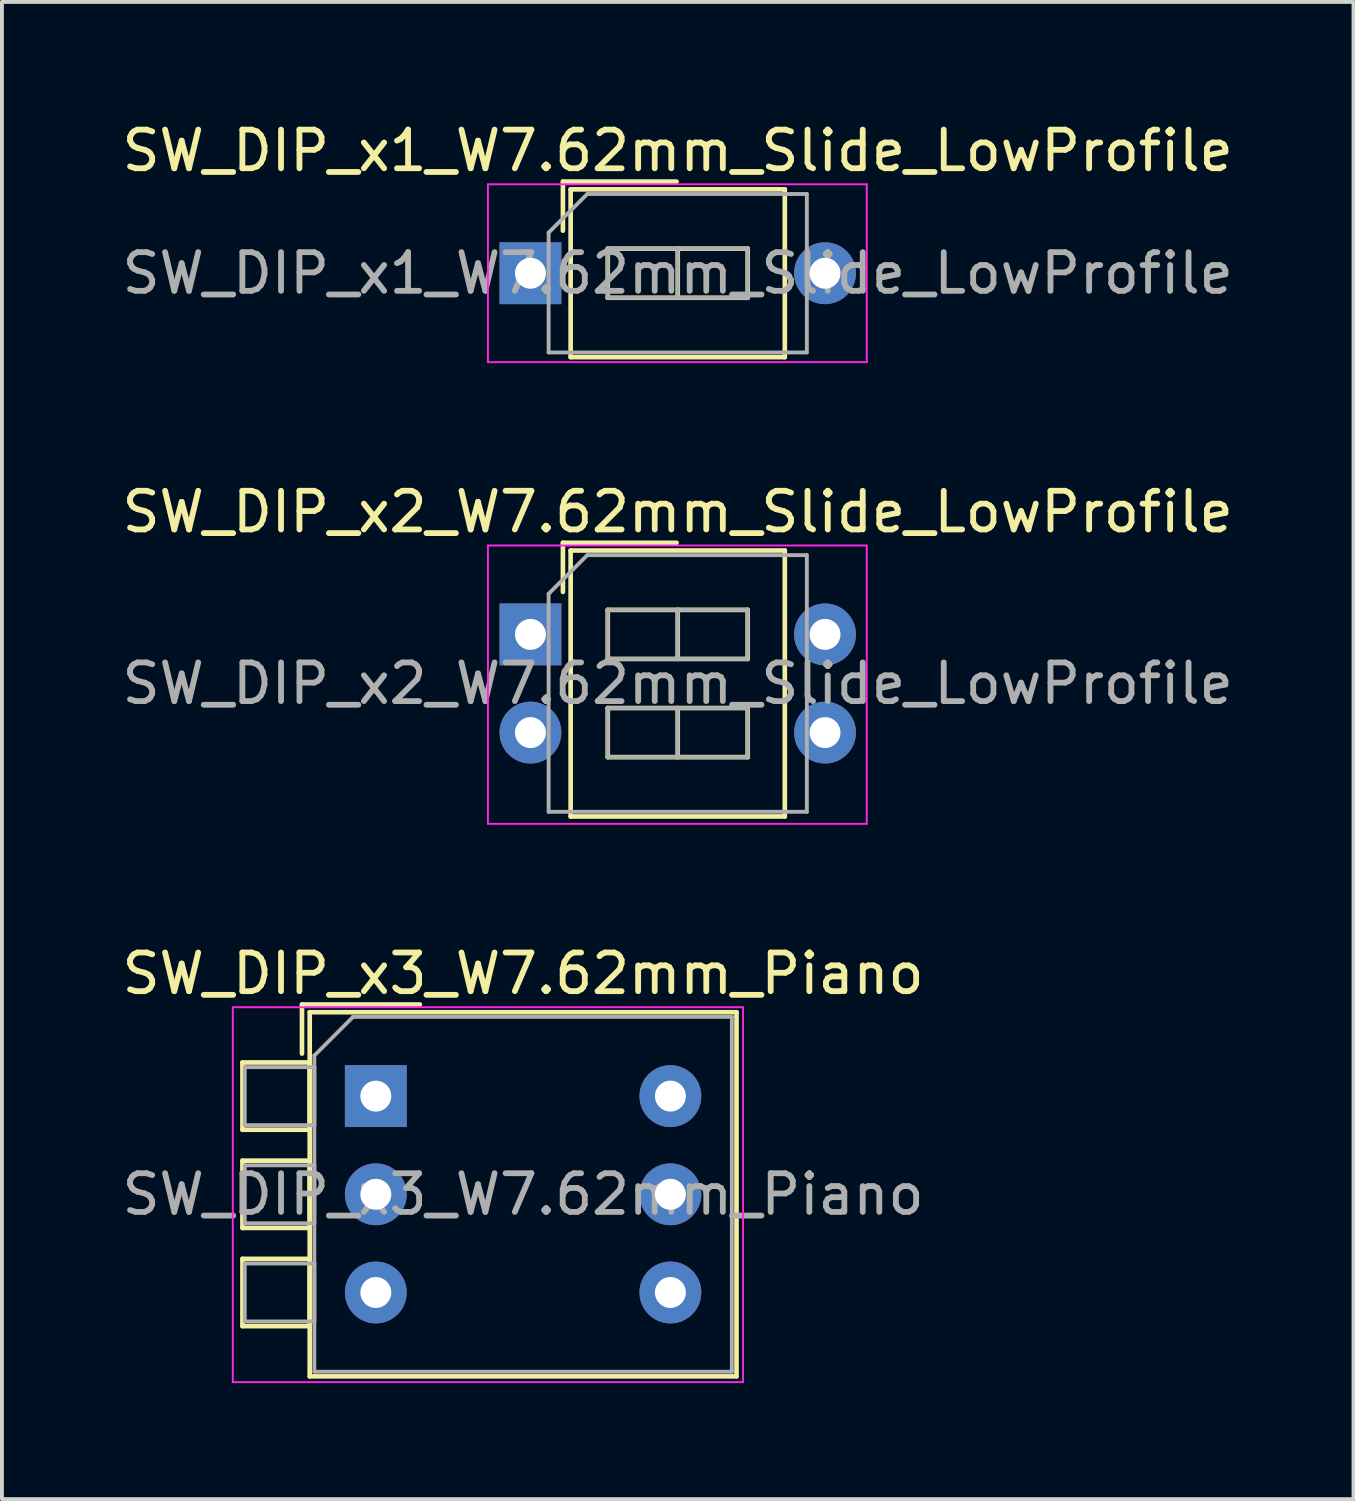
<source format=kicad_pcb>
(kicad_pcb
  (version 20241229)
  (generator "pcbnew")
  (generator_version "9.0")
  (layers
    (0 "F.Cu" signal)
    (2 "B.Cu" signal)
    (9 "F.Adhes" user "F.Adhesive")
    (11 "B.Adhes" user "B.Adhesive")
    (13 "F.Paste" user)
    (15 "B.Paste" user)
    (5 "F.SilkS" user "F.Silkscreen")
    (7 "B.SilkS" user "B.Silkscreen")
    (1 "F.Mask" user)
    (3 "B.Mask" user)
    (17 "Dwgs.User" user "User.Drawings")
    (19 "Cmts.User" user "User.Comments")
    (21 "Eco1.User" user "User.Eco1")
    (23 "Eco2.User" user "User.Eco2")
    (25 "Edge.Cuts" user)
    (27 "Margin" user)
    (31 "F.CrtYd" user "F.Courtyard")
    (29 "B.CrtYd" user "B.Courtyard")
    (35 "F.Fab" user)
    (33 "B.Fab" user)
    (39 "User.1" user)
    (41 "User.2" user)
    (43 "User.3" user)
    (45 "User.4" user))
  (footprint "SW_DIP_x1_W7.62mm_Slide_LowProfile"
    (layer "F.Cu")
    (at 10.672 4.018)
    (property "Reference" "SW_DIP_x1_W7.62mm_Slide_LowProfile" (at 3.81 -3.17 0) (layer "F.SilkS") (effects (font (size 1 1) (thickness 0.15))))
    (attr through_hole)
    (fp_line (start 0.84 -2.37) (end 0.84 -1.1) (stroke (width 0.12) (type solid)) (layer "F.SilkS"))
    (fp_line (start 0.84 -2.37) (end 3.78 -2.37) (stroke (width 0.12) (type solid)) (layer "F.SilkS"))
    (fp_line (start 1.04 -2.17) (end 6.58 -2.17) (stroke (width 0.12) (type solid)) (layer "F.SilkS"))
    (fp_line (start 1.04 2.17) (end 1.04 -2.17) (stroke (width 0.12) (type solid)) (layer "F.SilkS"))
    (fp_line (start 2 -0.635) (end 2 0.635) (stroke (width 0.12) (type solid)) (layer "F.SilkS"))
    (fp_line (start 2 0.635) (end 5.62 0.635) (stroke (width 0.12) (type solid)) (layer "F.SilkS"))
    (fp_line (start 3.81 -0.635) (end 3.81 0.635) (stroke (width 0.12) (type solid)) (layer "F.SilkS"))
    (fp_line (start 5.62 -0.635) (end 2 -0.635) (stroke (width 0.12) (type solid)) (layer "F.SilkS"))
    (fp_line (start 5.62 0.635) (end 5.62 -0.635) (stroke (width 0.12) (type solid)) (layer "F.SilkS"))
    (fp_line (start 6.58 -2.17) (end 6.58 2.17) (stroke (width 0.12) (type solid)) (layer "F.SilkS"))
    (fp_line (start 6.58 2.17) (end 1.04 2.17) (stroke (width 0.12) (type solid)) (layer "F.SilkS"))
    (fp_line (start -1.1 -2.3) (end -1.1 2.3) (stroke (width 0.05) (type solid)) (layer "F.CrtYd"))
    (fp_line (start -1.1 2.3) (end 8.7 2.3) (stroke (width 0.05) (type solid)) (layer "F.CrtYd"))
    (fp_line (start 8.7 -2.3) (end -1.1 -2.3) (stroke (width 0.05) (type solid)) (layer "F.CrtYd"))
    (fp_line (start 8.7 2.3) (end 8.7 -2.3) (stroke (width 0.05) (type solid)) (layer "F.CrtYd"))
    (fp_line (start 0.47 -1.05) (end 1.47 -2.05) (stroke (width 0.1) (type solid)) (layer "F.Fab"))
    (fp_line (start 0.47 2.05) (end 0.47 -1.05) (stroke (width 0.1) (type solid)) (layer "F.Fab"))
    (fp_line (start 1.47 -2.05) (end 7.15 -2.05) (stroke (width 0.1) (type solid)) (layer "F.Fab"))
    (fp_line (start 2 -0.635) (end 2 0.635) (stroke (width 0.1) (type solid)) (layer "F.Fab"))
    (fp_line (start 2 0.635) (end 5.62 0.635) (stroke (width 0.1) (type solid)) (layer "F.Fab"))
    (fp_line (start 3.81 -0.635) (end 3.81 0.635) (stroke (width 0.1) (type solid)) (layer "F.Fab"))
    (fp_line (start 5.62 -0.635) (end 2 -0.635) (stroke (width 0.1) (type solid)) (layer "F.Fab"))
    (fp_line (start 5.62 0.635) (end 5.62 -0.635) (stroke (width 0.1) (type solid)) (layer "F.Fab"))
    (fp_line (start 7.15 -2.05) (end 7.15 2.05) (stroke (width 0.1) (type solid)) (layer "F.Fab"))
    (fp_line (start 7.15 2.05) (end 0.47 2.05) (stroke (width 0.1) (type solid)) (layer "F.Fab"))
    (fp_text user "${REFERENCE}" (at 3.81 0 0) (layer "F.Fab") (effects (font (size 1 1) (thickness 0.15))))
    (pad "1" thru_hole rect (at 0 0) (size 1.6 1.6) (drill 0.8) (layers "*.Cu" "*.Mask"))
    (pad "2" thru_hole oval (at 7.62 0) (size 1.6 1.6) (drill 0.8) (layers "*.Cu" "*.Mask")))
  (footprint "SW_DIP_x2_W7.62mm_Slide_LowProfile"
    (layer "F.Cu")
    (at 10.672 13.361)
    (property "Reference" "SW_DIP_x2_W7.62mm_Slide_LowProfile" (at 3.81 -3.17 0) (layer "F.SilkS") (effects (font (size 1 1) (thickness 0.15))))
    (attr through_hole)
    (fp_line (start 0.84 -2.37) (end 0.84 -1.1) (stroke (width 0.12) (type solid)) (layer "F.SilkS"))
    (fp_line (start 0.84 -2.37) (end 3.78 -2.37) (stroke (width 0.12) (type solid)) (layer "F.SilkS"))
    (fp_line (start 1.04 -2.17) (end 6.58 -2.17) (stroke (width 0.12) (type solid)) (layer "F.SilkS"))
    (fp_line (start 1.04 4.71) (end 1.04 -2.17) (stroke (width 0.12) (type solid)) (layer "F.SilkS"))
    (fp_line (start 2 -0.635) (end 2 0.635) (stroke (width 0.12) (type solid)) (layer "F.SilkS"))
    (fp_line (start 2 0.635) (end 5.62 0.635) (stroke (width 0.12) (type solid)) (layer "F.SilkS"))
    (fp_line (start 2 1.905) (end 2 3.175) (stroke (width 0.12) (type solid)) (layer "F.SilkS"))
    (fp_line (start 2 3.175) (end 5.62 3.175) (stroke (width 0.12) (type solid)) (layer "F.SilkS"))
    (fp_line (start 3.81 -0.635) (end 3.81 0.635) (stroke (width 0.12) (type solid)) (layer "F.SilkS"))
    (fp_line (start 3.81 1.905) (end 3.81 3.175) (stroke (width 0.12) (type solid)) (layer "F.SilkS"))
    (fp_line (start 5.62 -0.635) (end 2 -0.635) (stroke (width 0.12) (type solid)) (layer "F.SilkS"))
    (fp_line (start 5.62 0.635) (end 5.62 -0.635) (stroke (width 0.12) (type solid)) (layer "F.SilkS"))
    (fp_line (start 5.62 1.905) (end 2 1.905) (stroke (width 0.12) (type solid)) (layer "F.SilkS"))
    (fp_line (start 5.62 3.175) (end 5.62 1.905) (stroke (width 0.12) (type solid)) (layer "F.SilkS"))
    (fp_line (start 6.58 -2.17) (end 6.58 4.71) (stroke (width 0.12) (type solid)) (layer "F.SilkS"))
    (fp_line (start 6.58 4.71) (end 1.04 4.71) (stroke (width 0.12) (type solid)) (layer "F.SilkS"))
    (fp_line (start -1.1 -2.3) (end -1.1 4.9) (stroke (width 0.05) (type solid)) (layer "F.CrtYd"))
    (fp_line (start -1.1 4.9) (end 8.7 4.9) (stroke (width 0.05) (type solid)) (layer "F.CrtYd"))
    (fp_line (start 8.7 -2.3) (end -1.1 -2.3) (stroke (width 0.05) (type solid)) (layer "F.CrtYd"))
    (fp_line (start 8.7 4.9) (end 8.7 -2.3) (stroke (width 0.05) (type solid)) (layer "F.CrtYd"))
    (fp_line (start 0.47 -1.05) (end 1.47 -2.05) (stroke (width 0.1) (type solid)) (layer "F.Fab"))
    (fp_line (start 0.47 4.59) (end 0.47 -1.05) (stroke (width 0.1) (type solid)) (layer "F.Fab"))
    (fp_line (start 1.47 -2.05) (end 7.15 -2.05) (stroke (width 0.1) (type solid)) (layer "F.Fab"))
    (fp_line (start 2 -0.635) (end 2 0.635) (stroke (width 0.1) (type solid)) (layer "F.Fab"))
    (fp_line (start 2 0.635) (end 5.62 0.635) (stroke (width 0.1) (type solid)) (layer "F.Fab"))
    (fp_line (start 2 1.905) (end 2 3.175) (stroke (width 0.1) (type solid)) (layer "F.Fab"))
    (fp_line (start 2 3.175) (end 5.62 3.175) (stroke (width 0.1) (type solid)) (layer "F.Fab"))
    (fp_line (start 3.81 -0.635) (end 3.81 0.635) (stroke (width 0.1) (type solid)) (layer "F.Fab"))
    (fp_line (start 3.81 1.905) (end 3.81 3.175) (stroke (width 0.1) (type solid)) (layer "F.Fab"))
    (fp_line (start 5.62 -0.635) (end 2 -0.635) (stroke (width 0.1) (type solid)) (layer "F.Fab"))
    (fp_line (start 5.62 0.635) (end 5.62 -0.635) (stroke (width 0.1) (type solid)) (layer "F.Fab"))
    (fp_line (start 5.62 1.905) (end 2 1.905) (stroke (width 0.1) (type solid)) (layer "F.Fab"))
    (fp_line (start 5.62 3.175) (end 5.62 1.905) (stroke (width 0.1) (type solid)) (layer "F.Fab"))
    (fp_line (start 7.15 -2.05) (end 7.15 4.59) (stroke (width 0.1) (type solid)) (layer "F.Fab"))
    (fp_line (start 7.15 4.59) (end 0.47 4.59) (stroke (width 0.1) (type solid)) (layer "F.Fab"))
    (fp_text user "${REFERENCE}" (at 3.81 1.27 0) (layer "F.Fab") (effects (font (size 1 1) (thickness 0.15))))
    (pad "1" thru_hole rect (at 0 0) (size 1.6 1.6) (drill 0.8) (layers "*.Cu" "*.Mask"))
    (pad "2" thru_hole oval (at 0 2.54) (size 1.6 1.6) (drill 0.8) (layers "*.Cu" "*.Mask"))
    (pad "3" thru_hole oval (at 7.62 2.54) (size 1.6 1.6) (drill 0.8) (layers "*.Cu" "*.Mask"))
    (pad "4" thru_hole oval (at 7.62 0) (size 1.6 1.6) (drill 0.8) (layers "*.Cu" "*.Mask")))
  (footprint "SW_DIP_x3_W7.62mm_Piano"
    (layer "F.Cu")
    (at 6.672 25.305)
    (property "Reference" "SW_DIP_x3_W7.62mm_Piano" (at 3.81 -3.17 0) (layer "F.SilkS") (effects (font (size 1 1) (thickness 0.15))))
    (attr through_hole)
    (fp_line (start -3.45 -0.87) (end -3.45 0.87) (stroke (width 0.12) (type solid)) (layer "F.SilkS"))
    (fp_line (start -3.45 0.87) (end -1.71 0.87) (stroke (width 0.12) (type solid)) (layer "F.SilkS"))
    (fp_line (start -3.45 1.67) (end -3.45 3.41) (stroke (width 0.12) (type solid)) (layer "F.SilkS"))
    (fp_line (start -3.45 3.41) (end -1.71 3.41) (stroke (width 0.12) (type solid)) (layer "F.SilkS"))
    (fp_line (start -3.45 4.21) (end -3.45 5.95) (stroke (width 0.12) (type solid)) (layer "F.SilkS"))
    (fp_line (start -3.45 5.95) (end -1.71 5.95) (stroke (width 0.12) (type solid)) (layer "F.SilkS"))
    (fp_line (start -1.91 -2.37) (end -1.91 -1.1) (stroke (width 0.12) (type solid)) (layer "F.SilkS"))
    (fp_line (start -1.91 -2.37) (end 1.14 -2.37) (stroke (width 0.12) (type solid)) (layer "F.SilkS"))
    (fp_line (start -1.71 -2.17) (end 9.33 -2.17) (stroke (width 0.12) (type solid)) (layer "F.SilkS"))
    (fp_line (start -1.71 -0.87) (end -3.45 -0.87) (stroke (width 0.12) (type solid)) (layer "F.SilkS"))
    (fp_line (start -1.71 0.87) (end -1.71 -0.87) (stroke (width 0.12) (type solid)) (layer "F.SilkS"))
    (fp_line (start -1.71 1.67) (end -3.45 1.67) (stroke (width 0.12) (type solid)) (layer "F.SilkS"))
    (fp_line (start -1.71 3.41) (end -1.71 1.67) (stroke (width 0.12) (type solid)) (layer "F.SilkS"))
    (fp_line (start -1.71 4.21) (end -3.45 4.21) (stroke (width 0.12) (type solid)) (layer "F.SilkS"))
    (fp_line (start -1.71 5.95) (end -1.71 4.21) (stroke (width 0.12) (type solid)) (layer "F.SilkS"))
    (fp_line (start -1.71 7.25) (end -1.71 -2.17) (stroke (width 0.12) (type solid)) (layer "F.SilkS"))
    (fp_line (start 9.33 -2.17) (end 9.33 7.25) (stroke (width 0.12) (type solid)) (layer "F.SilkS"))
    (fp_line (start 9.33 7.25) (end -1.71 7.25) (stroke (width 0.12) (type solid)) (layer "F.SilkS"))
    (fp_line (start -3.7 -2.3) (end -3.7 7.4) (stroke (width 0.05) (type solid)) (layer "F.CrtYd"))
    (fp_line (start -3.7 7.4) (end 9.5 7.4) (stroke (width 0.05) (type solid)) (layer "F.CrtYd"))
    (fp_line (start 9.5 -2.3) (end -3.7 -2.3) (stroke (width 0.05) (type solid)) (layer "F.CrtYd"))
    (fp_line (start 9.5 7.4) (end 9.5 -2.3) (stroke (width 0.05) (type solid)) (layer "F.CrtYd"))
    (fp_line (start -3.39 -0.75) (end -1.59 -0.75) (stroke (width 0.1) (type solid)) (layer "F.Fab"))
    (fp_line (start -3.39 0.75) (end -3.39 -0.75) (stroke (width 0.1) (type solid)) (layer "F.Fab"))
    (fp_line (start -3.39 1.79) (end -1.59 1.79) (stroke (width 0.1) (type solid)) (layer "F.Fab"))
    (fp_line (start -3.39 3.29) (end -3.39 1.79) (stroke (width 0.1) (type solid)) (layer "F.Fab"))
    (fp_line (start -3.39 4.33) (end -1.59 4.33) (stroke (width 0.1) (type solid)) (layer "F.Fab"))
    (fp_line (start -3.39 5.83) (end -3.39 4.33) (stroke (width 0.1) (type solid)) (layer "F.Fab"))
    (fp_line (start -1.59 -1.05) (end -0.59 -2.05) (stroke (width 0.1) (type solid)) (layer "F.Fab"))
    (fp_line (start -1.59 -0.75) (end -1.59 0.75) (stroke (width 0.1) (type solid)) (layer "F.Fab"))
    (fp_line (start -1.59 0.75) (end -3.39 0.75) (stroke (width 0.1) (type solid)) (layer "F.Fab"))
    (fp_line (start -1.59 1.79) (end -1.59 3.29) (stroke (width 0.1) (type solid)) (layer "F.Fab"))
    (fp_line (start -1.59 3.29) (end -3.39 3.29) (stroke (width 0.1) (type solid)) (layer "F.Fab"))
    (fp_line (start -1.59 4.33) (end -1.59 5.83) (stroke (width 0.1) (type solid)) (layer "F.Fab"))
    (fp_line (start -1.59 5.83) (end -3.39 5.83) (stroke (width 0.1) (type solid)) (layer "F.Fab"))
    (fp_line (start -1.59 7.13) (end -1.59 -1.05) (stroke (width 0.1) (type solid)) (layer "F.Fab"))
    (fp_line (start -0.59 -2.05) (end 9.21 -2.05) (stroke (width 0.1) (type solid)) (layer "F.Fab"))
    (fp_line (start 9.21 -2.05) (end 9.21 7.13) (stroke (width 0.1) (type solid)) (layer "F.Fab"))
    (fp_line (start 9.21 7.13) (end -1.59 7.13) (stroke (width 0.1) (type solid)) (layer "F.Fab"))
    (fp_text user "${REFERENCE}" (at 3.81 2.54 0) (layer "F.Fab") (effects (font (size 1 1) (thickness 0.15))))
    (pad "1" thru_hole rect (at 0 0) (size 1.6 1.6) (drill 0.8) (layers "*.Cu" "*.Mask"))
    (pad "2" thru_hole oval (at 0 2.54) (size 1.6 1.6) (drill 0.8) (layers "*.Cu" "*.Mask"))
    (pad "3" thru_hole oval (at 0 5.08) (size 1.6 1.6) (drill 0.8) (layers "*.Cu" "*.Mask"))
    (pad "4" thru_hole oval (at 7.62 5.08) (size 1.6 1.6) (drill 0.8) (layers "*.Cu" "*.Mask"))
    (pad "5" thru_hole oval (at 7.62 2.54) (size 1.6 1.6) (drill 0.8) (layers "*.Cu" "*.Mask"))
    (pad "6" thru_hole oval (at 7.62 0) (size 1.6 1.6) (drill 0.8) (layers "*.Cu" "*.Mask")))
  (gr_rect
    (start -3 -3)
    (end 31.964 35.73)
    (stroke (width 0.1) (type default))
    (fill no)
    (layer "Edge.Cuts")))
</source>
